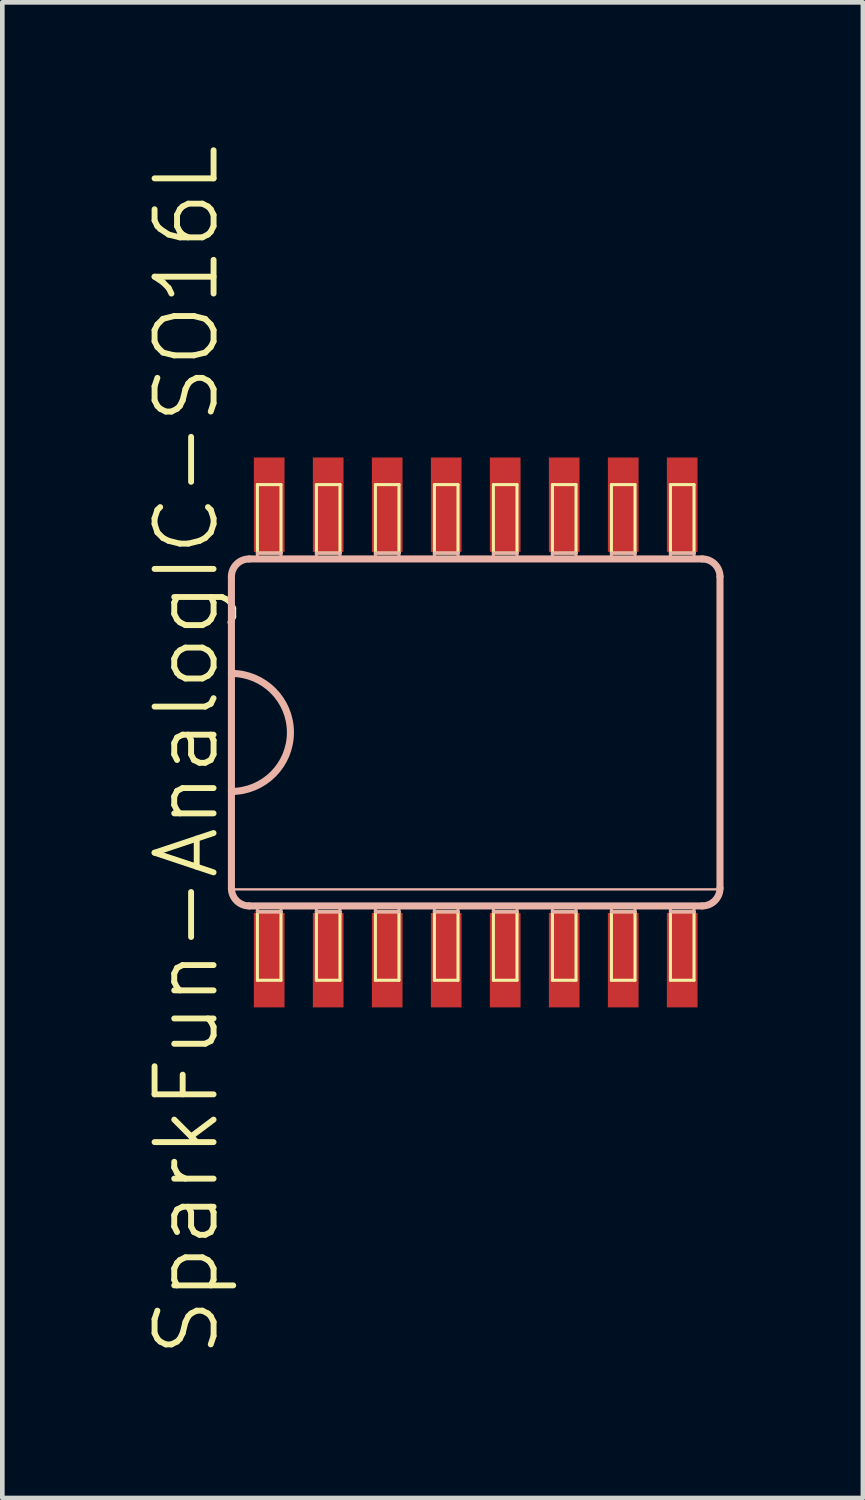
<source format=kicad_pcb>
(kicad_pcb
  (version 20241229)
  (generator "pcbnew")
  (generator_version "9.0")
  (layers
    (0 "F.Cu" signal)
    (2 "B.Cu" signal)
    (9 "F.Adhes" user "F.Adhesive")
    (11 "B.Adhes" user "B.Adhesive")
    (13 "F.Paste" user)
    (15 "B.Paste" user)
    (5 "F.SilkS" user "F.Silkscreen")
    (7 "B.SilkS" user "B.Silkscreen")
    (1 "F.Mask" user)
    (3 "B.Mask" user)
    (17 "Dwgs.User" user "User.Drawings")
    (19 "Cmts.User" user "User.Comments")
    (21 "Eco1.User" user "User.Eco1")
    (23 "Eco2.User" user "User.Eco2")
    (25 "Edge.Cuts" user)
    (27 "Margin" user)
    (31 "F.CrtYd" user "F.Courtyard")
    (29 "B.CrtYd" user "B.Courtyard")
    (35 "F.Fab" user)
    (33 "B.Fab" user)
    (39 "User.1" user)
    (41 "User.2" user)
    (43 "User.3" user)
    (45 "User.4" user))
  (footprint "SparkFun-AnalogIC-SO16L"
    (layer "F.Cu")
    (at 7.189 12.715)
    (property "Reference" "SparkFun-AnalogIC-SO16L" (at -6.223 0.381 90) (layer "F.SilkS") (effects (font (size 1.27 1.27) (thickness 0.127))))
    (attr smd)
    (fp_line (start -4.699 -5.334) (end -4.191 -5.334) (stroke (width 0.066) (type solid)) (layer "F.SilkS"))
    (fp_line (start -4.699 -3.861) (end -4.699 -5.334) (stroke (width 0.066) (type solid)) (layer "F.SilkS"))
    (fp_line (start -4.699 -3.861) (end -4.191 -3.861) (stroke (width 0.066) (type solid)) (layer "F.SilkS"))
    (fp_line (start -4.699 3.861) (end -4.191 3.861) (stroke (width 0.066) (type solid)) (layer "F.SilkS"))
    (fp_line (start -4.699 5.334) (end -4.699 3.861) (stroke (width 0.066) (type solid)) (layer "F.SilkS"))
    (fp_line (start -4.699 5.334) (end -4.191 5.334) (stroke (width 0.066) (type solid)) (layer "F.SilkS"))
    (fp_line (start -4.191 -3.861) (end -4.191 -5.334) (stroke (width 0.066) (type solid)) (layer "F.SilkS"))
    (fp_line (start -4.191 5.334) (end -4.191 3.861) (stroke (width 0.066) (type solid)) (layer "F.SilkS"))
    (fp_line (start -3.429 -5.334) (end -2.921 -5.334) (stroke (width 0.066) (type solid)) (layer "F.SilkS"))
    (fp_line (start -3.429 -3.861) (end -3.429 -5.334) (stroke (width 0.066) (type solid)) (layer "F.SilkS"))
    (fp_line (start -3.429 -3.861) (end -2.921 -3.861) (stroke (width 0.066) (type solid)) (layer "F.SilkS"))
    (fp_line (start -3.429 3.861) (end -2.921 3.861) (stroke (width 0.066) (type solid)) (layer "F.SilkS"))
    (fp_line (start -3.429 5.334) (end -3.429 3.861) (stroke (width 0.066) (type solid)) (layer "F.SilkS"))
    (fp_line (start -3.429 5.334) (end -2.921 5.334) (stroke (width 0.066) (type solid)) (layer "F.SilkS"))
    (fp_line (start -2.921 -3.861) (end -2.921 -5.334) (stroke (width 0.066) (type solid)) (layer "F.SilkS"))
    (fp_line (start -2.921 5.334) (end -2.921 3.861) (stroke (width 0.066) (type solid)) (layer "F.SilkS"))
    (fp_line (start -2.159 -5.334) (end -1.651 -5.334) (stroke (width 0.066) (type solid)) (layer "F.SilkS"))
    (fp_line (start -2.159 -3.861) (end -2.159 -5.334) (stroke (width 0.066) (type solid)) (layer "F.SilkS"))
    (fp_line (start -2.159 -3.861) (end -1.651 -3.861) (stroke (width 0.066) (type solid)) (layer "F.SilkS"))
    (fp_line (start -2.159 3.861) (end -1.651 3.861) (stroke (width 0.066) (type solid)) (layer "F.SilkS"))
    (fp_line (start -2.159 5.334) (end -2.159 3.861) (stroke (width 0.066) (type solid)) (layer "F.SilkS"))
    (fp_line (start -2.159 5.334) (end -1.651 5.334) (stroke (width 0.066) (type solid)) (layer "F.SilkS"))
    (fp_line (start -1.651 -3.861) (end -1.651 -5.334) (stroke (width 0.066) (type solid)) (layer "F.SilkS"))
    (fp_line (start -1.651 5.334) (end -1.651 3.861) (stroke (width 0.066) (type solid)) (layer "F.SilkS"))
    (fp_line (start -0.889 -5.334) (end -0.381 -5.334) (stroke (width 0.066) (type solid)) (layer "F.SilkS"))
    (fp_line (start -0.889 -3.861) (end -0.889 -5.334) (stroke (width 0.066) (type solid)) (layer "F.SilkS"))
    (fp_line (start -0.889 -3.861) (end -0.381 -3.861) (stroke (width 0.066) (type solid)) (layer "F.SilkS"))
    (fp_line (start -0.889 3.861) (end -0.381 3.861) (stroke (width 0.066) (type solid)) (layer "F.SilkS"))
    (fp_line (start -0.889 5.334) (end -0.889 3.861) (stroke (width 0.066) (type solid)) (layer "F.SilkS"))
    (fp_line (start -0.889 5.334) (end -0.381 5.334) (stroke (width 0.066) (type solid)) (layer "F.SilkS"))
    (fp_line (start -0.381 -3.861) (end -0.381 -5.334) (stroke (width 0.066) (type solid)) (layer "F.SilkS"))
    (fp_line (start -0.381 5.334) (end -0.381 3.861) (stroke (width 0.066) (type solid)) (layer "F.SilkS"))
    (fp_line (start 0.381 -5.334) (end 0.889 -5.334) (stroke (width 0.066) (type solid)) (layer "F.SilkS"))
    (fp_line (start 0.381 -3.861) (end 0.381 -5.334) (stroke (width 0.066) (type solid)) (layer "F.SilkS"))
    (fp_line (start 0.381 -3.861) (end 0.889 -3.861) (stroke (width 0.066) (type solid)) (layer "F.SilkS"))
    (fp_line (start 0.381 3.861) (end 0.889 3.861) (stroke (width 0.066) (type solid)) (layer "F.SilkS"))
    (fp_line (start 0.381 5.334) (end 0.381 3.861) (stroke (width 0.066) (type solid)) (layer "F.SilkS"))
    (fp_line (start 0.381 5.334) (end 0.889 5.334) (stroke (width 0.066) (type solid)) (layer "F.SilkS"))
    (fp_line (start 0.889 -3.861) (end 0.889 -5.334) (stroke (width 0.066) (type solid)) (layer "F.SilkS"))
    (fp_line (start 0.889 5.334) (end 0.889 3.861) (stroke (width 0.066) (type solid)) (layer "F.SilkS"))
    (fp_line (start 1.651 -5.334) (end 2.159 -5.334) (stroke (width 0.066) (type solid)) (layer "F.SilkS"))
    (fp_line (start 1.651 -3.861) (end 1.651 -5.334) (stroke (width 0.066) (type solid)) (layer "F.SilkS"))
    (fp_line (start 1.651 -3.861) (end 2.159 -3.861) (stroke (width 0.066) (type solid)) (layer "F.SilkS"))
    (fp_line (start 1.651 3.861) (end 2.159 3.861) (stroke (width 0.066) (type solid)) (layer "F.SilkS"))
    (fp_line (start 1.651 5.334) (end 1.651 3.861) (stroke (width 0.066) (type solid)) (layer "F.SilkS"))
    (fp_line (start 1.651 5.334) (end 2.159 5.334) (stroke (width 0.066) (type solid)) (layer "F.SilkS"))
    (fp_line (start 2.159 -3.861) (end 2.159 -5.334) (stroke (width 0.066) (type solid)) (layer "F.SilkS"))
    (fp_line (start 2.159 5.334) (end 2.159 3.861) (stroke (width 0.066) (type solid)) (layer "F.SilkS"))
    (fp_line (start 2.921 -5.334) (end 3.429 -5.334) (stroke (width 0.066) (type solid)) (layer "F.SilkS"))
    (fp_line (start 2.921 -3.861) (end 2.921 -5.334) (stroke (width 0.066) (type solid)) (layer "F.SilkS"))
    (fp_line (start 2.921 -3.861) (end 3.429 -3.861) (stroke (width 0.066) (type solid)) (layer "F.SilkS"))
    (fp_line (start 2.921 3.861) (end 3.429 3.861) (stroke (width 0.066) (type solid)) (layer "F.SilkS"))
    (fp_line (start 2.921 5.334) (end 2.921 3.861) (stroke (width 0.066) (type solid)) (layer "F.SilkS"))
    (fp_line (start 2.921 5.334) (end 3.429 5.334) (stroke (width 0.066) (type solid)) (layer "F.SilkS"))
    (fp_line (start 3.429 -3.861) (end 3.429 -5.334) (stroke (width 0.066) (type solid)) (layer "F.SilkS"))
    (fp_line (start 3.429 5.334) (end 3.429 3.861) (stroke (width 0.066) (type solid)) (layer "F.SilkS"))
    (fp_line (start 4.191 -5.334) (end 4.699 -5.334) (stroke (width 0.066) (type solid)) (layer "F.SilkS"))
    (fp_line (start 4.191 -3.861) (end 4.191 -5.334) (stroke (width 0.066) (type solid)) (layer "F.SilkS"))
    (fp_line (start 4.191 -3.861) (end 4.699 -3.861) (stroke (width 0.066) (type solid)) (layer "F.SilkS"))
    (fp_line (start 4.191 3.861) (end 4.699 3.861) (stroke (width 0.066) (type solid)) (layer "F.SilkS"))
    (fp_line (start 4.191 5.334) (end 4.191 3.861) (stroke (width 0.066) (type solid)) (layer "F.SilkS"))
    (fp_line (start 4.191 5.334) (end 4.699 5.334) (stroke (width 0.066) (type solid)) (layer "F.SilkS"))
    (fp_line (start 4.699 -3.861) (end 4.699 -5.334) (stroke (width 0.066) (type solid)) (layer "F.SilkS"))
    (fp_line (start 4.699 5.334) (end 4.699 3.861) (stroke (width 0.066) (type solid)) (layer "F.SilkS"))
    (fp_line (start -5.258 -3.353) (end -5.258 3.353) (stroke (width 0.152) (type solid)) (layer "B.SilkS"))
    (fp_line (start -5.207 3.378) (end 5.232 3.378) (stroke (width 0.051) (type solid)) (layer "B.SilkS"))
    (fp_line (start -4.877 3.734) (end 4.877 3.734) (stroke (width 0.152) (type solid)) (layer "B.SilkS"))
    (fp_line (start -4.699 -3.861) (end -4.191 -3.861) (stroke (width 0.066) (type solid)) (layer "B.SilkS"))
    (fp_line (start -4.699 -3.734) (end -4.699 -3.861) (stroke (width 0.066) (type solid)) (layer "B.SilkS"))
    (fp_line (start -4.699 -3.734) (end -4.191 -3.734) (stroke (width 0.066) (type solid)) (layer "B.SilkS"))
    (fp_line (start -4.699 3.734) (end -4.191 3.734) (stroke (width 0.066) (type solid)) (layer "B.SilkS"))
    (fp_line (start -4.699 3.861) (end -4.699 3.734) (stroke (width 0.066) (type solid)) (layer "B.SilkS"))
    (fp_line (start -4.699 3.861) (end -4.191 3.861) (stroke (width 0.066) (type solid)) (layer "B.SilkS"))
    (fp_line (start -4.191 -3.734) (end -4.191 -3.861) (stroke (width 0.066) (type solid)) (layer "B.SilkS"))
    (fp_line (start -4.191 3.861) (end -4.191 3.734) (stroke (width 0.066) (type solid)) (layer "B.SilkS"))
    (fp_line (start -3.429 -3.861) (end -2.921 -3.861) (stroke (width 0.066) (type solid)) (layer "B.SilkS"))
    (fp_line (start -3.429 -3.734) (end -3.429 -3.861) (stroke (width 0.066) (type solid)) (layer "B.SilkS"))
    (fp_line (start -3.429 -3.734) (end -2.921 -3.734) (stroke (width 0.066) (type solid)) (layer "B.SilkS"))
    (fp_line (start -3.429 3.734) (end -2.921 3.734) (stroke (width 0.066) (type solid)) (layer "B.SilkS"))
    (fp_line (start -3.429 3.861) (end -3.429 3.734) (stroke (width 0.066) (type solid)) (layer "B.SilkS"))
    (fp_line (start -3.429 3.861) (end -2.921 3.861) (stroke (width 0.066) (type solid)) (layer "B.SilkS"))
    (fp_line (start -2.921 -3.734) (end -2.921 -3.861) (stroke (width 0.066) (type solid)) (layer "B.SilkS"))
    (fp_line (start -2.921 3.861) (end -2.921 3.734) (stroke (width 0.066) (type solid)) (layer "B.SilkS"))
    (fp_line (start -2.159 -3.861) (end -1.651 -3.861) (stroke (width 0.066) (type solid)) (layer "B.SilkS"))
    (fp_line (start -2.159 -3.734) (end -2.159 -3.861) (stroke (width 0.066) (type solid)) (layer "B.SilkS"))
    (fp_line (start -2.159 -3.734) (end -1.651 -3.734) (stroke (width 0.066) (type solid)) (layer "B.SilkS"))
    (fp_line (start -2.159 3.734) (end -1.651 3.734) (stroke (width 0.066) (type solid)) (layer "B.SilkS"))
    (fp_line (start -2.159 3.861) (end -2.159 3.734) (stroke (width 0.066) (type solid)) (layer "B.SilkS"))
    (fp_line (start -2.159 3.861) (end -1.651 3.861) (stroke (width 0.066) (type solid)) (layer "B.SilkS"))
    (fp_line (start -1.651 -3.734) (end -1.651 -3.861) (stroke (width 0.066) (type solid)) (layer "B.SilkS"))
    (fp_line (start -1.651 3.861) (end -1.651 3.734) (stroke (width 0.066) (type solid)) (layer "B.SilkS"))
    (fp_line (start -0.889 -3.861) (end -0.381 -3.861) (stroke (width 0.066) (type solid)) (layer "B.SilkS"))
    (fp_line (start -0.889 -3.734) (end -0.889 -3.861) (stroke (width 0.066) (type solid)) (layer "B.SilkS"))
    (fp_line (start -0.889 -3.734) (end -0.381 -3.734) (stroke (width 0.066) (type solid)) (layer "B.SilkS"))
    (fp_line (start -0.889 3.734) (end -0.381 3.734) (stroke (width 0.066) (type solid)) (layer "B.SilkS"))
    (fp_line (start -0.889 3.861) (end -0.889 3.734) (stroke (width 0.066) (type solid)) (layer "B.SilkS"))
    (fp_line (start -0.889 3.861) (end -0.381 3.861) (stroke (width 0.066) (type solid)) (layer "B.SilkS"))
    (fp_line (start -0.381 -3.734) (end -0.381 -3.861) (stroke (width 0.066) (type solid)) (layer "B.SilkS"))
    (fp_line (start -0.381 3.861) (end -0.381 3.734) (stroke (width 0.066) (type solid)) (layer "B.SilkS"))
    (fp_line (start 0.381 -3.861) (end 0.889 -3.861) (stroke (width 0.066) (type solid)) (layer "B.SilkS"))
    (fp_line (start 0.381 -3.734) (end 0.381 -3.861) (stroke (width 0.066) (type solid)) (layer "B.SilkS"))
    (fp_line (start 0.381 -3.734) (end 0.889 -3.734) (stroke (width 0.066) (type solid)) (layer "B.SilkS"))
    (fp_line (start 0.381 3.734) (end 0.889 3.734) (stroke (width 0.066) (type solid)) (layer "B.SilkS"))
    (fp_line (start 0.381 3.861) (end 0.381 3.734) (stroke (width 0.066) (type solid)) (layer "B.SilkS"))
    (fp_line (start 0.381 3.861) (end 0.889 3.861) (stroke (width 0.066) (type solid)) (layer "B.SilkS"))
    (fp_line (start 0.889 -3.734) (end 0.889 -3.861) (stroke (width 0.066) (type solid)) (layer "B.SilkS"))
    (fp_line (start 0.889 3.861) (end 0.889 3.734) (stroke (width 0.066) (type solid)) (layer "B.SilkS"))
    (fp_line (start 1.651 -3.861) (end 2.159 -3.861) (stroke (width 0.066) (type solid)) (layer "B.SilkS"))
    (fp_line (start 1.651 -3.734) (end 1.651 -3.861) (stroke (width 0.066) (type solid)) (layer "B.SilkS"))
    (fp_line (start 1.651 -3.734) (end 2.159 -3.734) (stroke (width 0.066) (type solid)) (layer "B.SilkS"))
    (fp_line (start 1.651 3.734) (end 2.159 3.734) (stroke (width 0.066) (type solid)) (layer "B.SilkS"))
    (fp_line (start 1.651 3.861) (end 1.651 3.734) (stroke (width 0.066) (type solid)) (layer "B.SilkS"))
    (fp_line (start 1.651 3.861) (end 2.159 3.861) (stroke (width 0.066) (type solid)) (layer "B.SilkS"))
    (fp_line (start 2.159 -3.734) (end 2.159 -3.861) (stroke (width 0.066) (type solid)) (layer "B.SilkS"))
    (fp_line (start 2.159 3.861) (end 2.159 3.734) (stroke (width 0.066) (type solid)) (layer "B.SilkS"))
    (fp_line (start 2.921 -3.861) (end 3.429 -3.861) (stroke (width 0.066) (type solid)) (layer "B.SilkS"))
    (fp_line (start 2.921 -3.734) (end 2.921 -3.861) (stroke (width 0.066) (type solid)) (layer "B.SilkS"))
    (fp_line (start 2.921 -3.734) (end 3.429 -3.734) (stroke (width 0.066) (type solid)) (layer "B.SilkS"))
    (fp_line (start 2.921 3.734) (end 3.429 3.734) (stroke (width 0.066) (type solid)) (layer "B.SilkS"))
    (fp_line (start 2.921 3.861) (end 2.921 3.734) (stroke (width 0.066) (type solid)) (layer "B.SilkS"))
    (fp_line (start 2.921 3.861) (end 3.429 3.861) (stroke (width 0.066) (type solid)) (layer "B.SilkS"))
    (fp_line (start 3.429 -3.734) (end 3.429 -3.861) (stroke (width 0.066) (type solid)) (layer "B.SilkS"))
    (fp_line (start 3.429 3.861) (end 3.429 3.734) (stroke (width 0.066) (type solid)) (layer "B.SilkS"))
    (fp_line (start 4.191 -3.861) (end 4.699 -3.861) (stroke (width 0.066) (type solid)) (layer "B.SilkS"))
    (fp_line (start 4.191 -3.734) (end 4.191 -3.861) (stroke (width 0.066) (type solid)) (layer "B.SilkS"))
    (fp_line (start 4.191 -3.734) (end 4.699 -3.734) (stroke (width 0.066) (type solid)) (layer "B.SilkS"))
    (fp_line (start 4.191 3.734) (end 4.699 3.734) (stroke (width 0.066) (type solid)) (layer "B.SilkS"))
    (fp_line (start 4.191 3.861) (end 4.191 3.734) (stroke (width 0.066) (type solid)) (layer "B.SilkS"))
    (fp_line (start 4.191 3.861) (end 4.699 3.861) (stroke (width 0.066) (type solid)) (layer "B.SilkS"))
    (fp_line (start 4.699 -3.734) (end 4.699 -3.861) (stroke (width 0.066) (type solid)) (layer "B.SilkS"))
    (fp_line (start 4.699 3.861) (end 4.699 3.734) (stroke (width 0.066) (type solid)) (layer "B.SilkS"))
    (fp_line (start 4.877 -3.734) (end -4.877 -3.734) (stroke (width 0.152) (type solid)) (layer "B.SilkS"))
    (fp_line (start 5.258 3.353) (end 5.258 -3.353) (stroke (width 0.152) (type solid)) (layer "B.SilkS"))
    (fp_arc (start -5.2578 -3.3528) (mid -5.146208 -3.622208) (end -4.8768 -3.7338) (stroke (width 0.1524) (type solid)) (layer "B.SilkS"))
    (fp_arc (start -5.2578 -1.27) (mid -3.9878 0) (end -5.2578 1.27) (stroke (width 0.1524) (type solid)) (layer "B.SilkS"))
    (fp_arc (start -4.8768 3.7338) (mid -5.146208 3.622208) (end -5.2578 3.3528) (stroke (width 0.1524) (type solid)) (layer "B.SilkS"))
    (fp_arc (start 4.8768 -3.7338) (mid 5.146208 -3.622208) (end 5.2578 -3.3528) (stroke (width 0.1524) (type solid)) (layer "B.SilkS"))
    (fp_arc (start 5.2578 3.3528) (mid 5.146208 3.622208) (end 4.8768 3.7338) (stroke (width 0.1524) (type solid)) (layer "B.SilkS"))
    (pad "1" smd rect (at -4.445 4.902) (size 0.66 2.032) (layers "F.Cu" "F.Mask" "F.Paste"))
    (pad "2" smd rect (at -3.175 4.902) (size 0.66 2.032) (layers "F.Cu" "F.Mask" "F.Paste"))
    (pad "3" smd rect (at -1.905 4.902) (size 0.66 2.032) (layers "F.Cu" "F.Mask" "F.Paste"))
    (pad "4" smd rect (at -0.635 4.902) (size 0.66 2.032) (layers "F.Cu" "F.Mask" "F.Paste"))
    (pad "5" smd rect (at 0.635 4.902) (size 0.66 2.032) (layers "F.Cu" "F.Mask" "F.Paste"))
    (pad "6" smd rect (at 1.905 4.902) (size 0.66 2.032) (layers "F.Cu" "F.Mask" "F.Paste"))
    (pad "7" smd rect (at 3.175 4.902) (size 0.66 2.032) (layers "F.Cu" "F.Mask" "F.Paste"))
    (pad "8" smd rect (at 4.445 4.902) (size 0.66 2.032) (layers "F.Cu" "F.Mask" "F.Paste"))
    (pad "9" smd rect (at 4.445 -4.902) (size 0.66 2.032) (layers "F.Cu" "F.Mask" "F.Paste"))
    (pad "10" smd rect (at 3.175 -4.902) (size 0.66 2.032) (layers "F.Cu" "F.Mask" "F.Paste"))
    (pad "11" smd rect (at 1.905 -4.902) (size 0.66 2.032) (layers "F.Cu" "F.Mask" "F.Paste"))
    (pad "12" smd rect (at 0.635 -4.902) (size 0.66 2.032) (layers "F.Cu" "F.Mask" "F.Paste"))
    (pad "13" smd rect (at -0.635 -4.902) (size 0.66 2.032) (layers "F.Cu" "F.Mask" "F.Paste"))
    (pad "14" smd rect (at -1.905 -4.902) (size 0.66 2.032) (layers "F.Cu" "F.Mask" "F.Paste"))
    (pad "15" smd rect (at -3.175 -4.902) (size 0.66 2.032) (layers "F.Cu" "F.Mask" "F.Paste"))
    (pad "16" smd rect (at -4.445 -4.902) (size 0.66 2.032) (layers "F.Cu" "F.Mask" "F.Paste")))
  (gr_rect
    (start -3 -3)
    (end 15.523 29.192)
    (stroke (width 0.1) (type default))
    (fill no)
    (layer "Edge.Cuts")))
</source>
